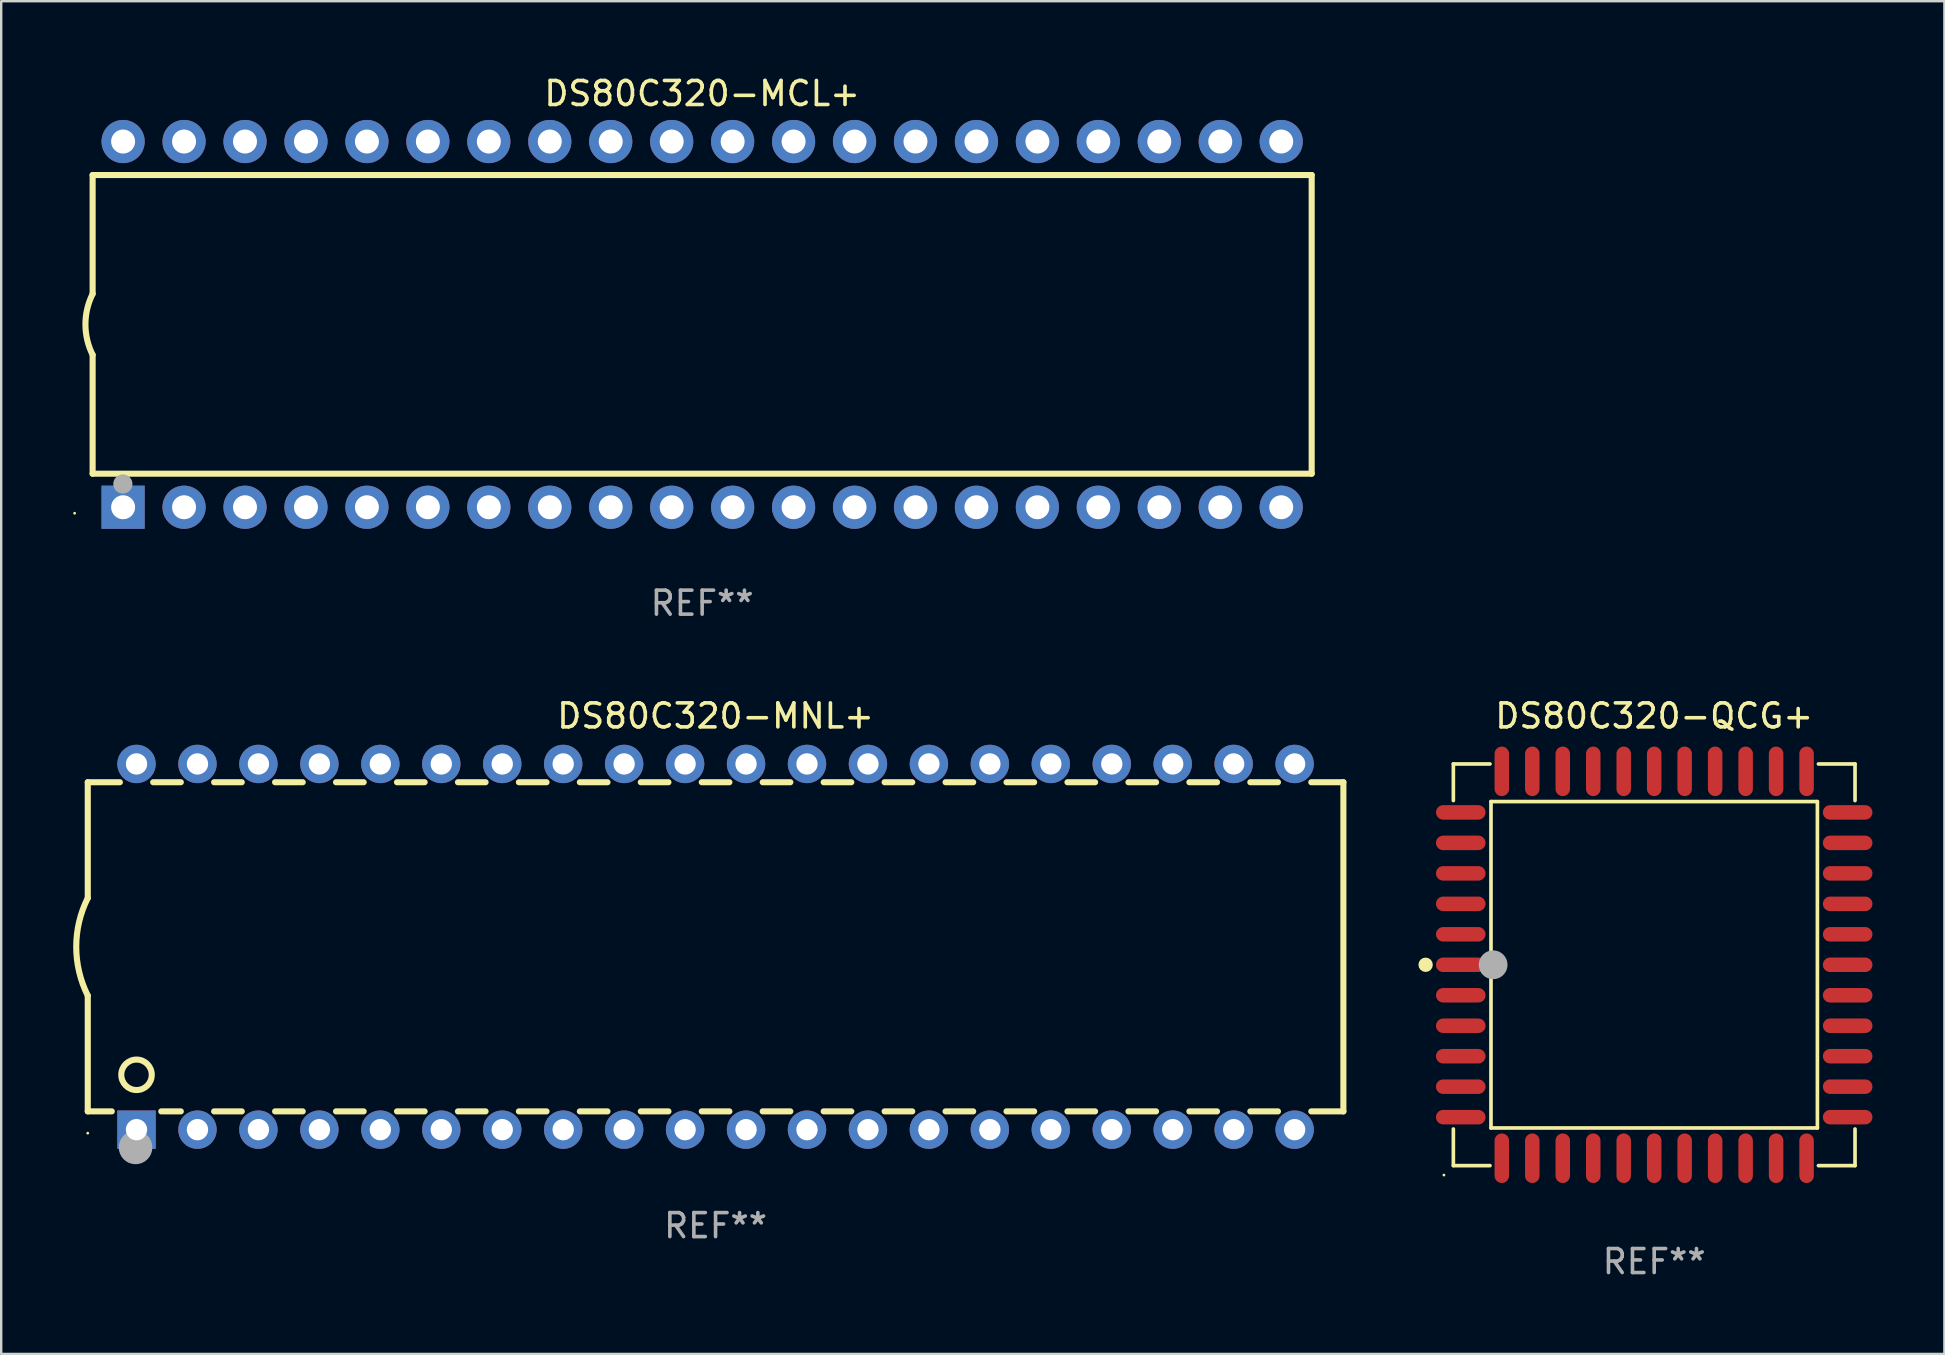
<source format=kicad_pcb>
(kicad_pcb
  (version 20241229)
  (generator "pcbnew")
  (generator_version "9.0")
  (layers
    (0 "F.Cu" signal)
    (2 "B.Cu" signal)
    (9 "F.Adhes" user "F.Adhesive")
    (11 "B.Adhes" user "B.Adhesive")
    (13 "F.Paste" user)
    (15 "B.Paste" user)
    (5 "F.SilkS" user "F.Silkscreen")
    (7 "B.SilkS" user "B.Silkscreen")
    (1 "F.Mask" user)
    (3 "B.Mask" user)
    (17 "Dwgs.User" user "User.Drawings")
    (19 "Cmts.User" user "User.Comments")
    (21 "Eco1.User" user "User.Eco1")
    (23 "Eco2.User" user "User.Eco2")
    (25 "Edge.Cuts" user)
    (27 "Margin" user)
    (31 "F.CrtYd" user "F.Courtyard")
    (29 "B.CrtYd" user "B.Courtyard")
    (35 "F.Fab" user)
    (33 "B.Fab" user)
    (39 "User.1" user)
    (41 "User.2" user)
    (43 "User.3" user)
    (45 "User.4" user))
  (footprint "DS80C320-MCL+"
    (layer "F.Cu")
    (at 26.21 10.468)
    (property "Reference" "DS80C320-MCL+" (at 0 -9.62 0) (layer "F.SilkS") (effects (font (size 1 1) (thickness 0.15))))
    (attr through_hole)
    (fp_line (start -25.4 -6.224) (end -25.4 -1.271) (stroke (width 0.254) (type solid)) (layer "F.SilkS"))
    (fp_line (start -25.4 -6.224) (end 25.4 -6.224) (stroke (width 0.254) (type solid)) (layer "F.SilkS"))
    (fp_line (start -25.4 1.269) (end -25.4 6.222) (stroke (width 0.254) (type solid)) (layer "F.SilkS"))
    (fp_line (start -25.4 6.222) (end 25.4 6.222) (stroke (width 0.254) (type solid)) (layer "F.SilkS"))
    (fp_line (start 25.4 6.222) (end 25.4 -6.224) (stroke (width 0.254) (type solid)) (layer "F.SilkS"))
    (fp_arc (start -25.4 1.269241) (mid -25.699807 -0.000762) (end -25.4 -1.270765) (stroke (width 0.254001) (type solid)) (layer "F.SilkS"))
    (fp_circle (center -26.15 7.87) (end -26.12 7.87) (stroke (width 0.06) (type solid)) (fill no) (layer "F.SilkS"))
    (fp_circle (center -24.14 6.65) (end -23.94 6.65) (stroke (width 0.4) (type solid)) (fill no) (layer "F.Fab"))
    (fp_text user "REF**" (at 0 11.62 0) (layer "F.Fab") (effects (font (size 1 1) (thickness 0.15))))
    (pad "1" thru_hole rect (at -24.13 7.62 90) (size 1.8 1.8) (drill 1) (layers "*.Cu" "*.Mask"))
    (pad "2" thru_hole circle (at -21.59 7.62) (size 1.8 1.8) (drill 1) (layers "*.Cu" "*.Mask"))
    (pad "3" thru_hole circle (at -19.05 7.62) (size 1.8 1.8) (drill 1) (layers "*.Cu" "*.Mask"))
    (pad "4" thru_hole circle (at -16.51 7.62) (size 1.8 1.8) (drill 1) (layers "*.Cu" "*.Mask"))
    (pad "5" thru_hole circle (at -13.97 7.62) (size 1.8 1.8) (drill 1) (layers "*.Cu" "*.Mask"))
    (pad "6" thru_hole circle (at -11.43 7.62) (size 1.8 1.8) (drill 1) (layers "*.Cu" "*.Mask"))
    (pad "7" thru_hole circle (at -8.89 7.62) (size 1.8 1.8) (drill 1) (layers "*.Cu" "*.Mask"))
    (pad "8" thru_hole circle (at -6.35 7.62) (size 1.8 1.8) (drill 1) (layers "*.Cu" "*.Mask"))
    (pad "9" thru_hole circle (at -3.81 7.62) (size 1.8 1.8) (drill 1) (layers "*.Cu" "*.Mask"))
    (pad "10" thru_hole circle (at -1.27 7.62) (size 1.8 1.8) (drill 1) (layers "*.Cu" "*.Mask"))
    (pad "11" thru_hole circle (at 1.27 7.62) (size 1.8 1.8) (drill 1) (layers "*.Cu" "*.Mask"))
    (pad "12" thru_hole circle (at 3.81 7.62) (size 1.8 1.8) (drill 1) (layers "*.Cu" "*.Mask"))
    (pad "13" thru_hole circle (at 6.35 7.62) (size 1.8 1.8) (drill 1) (layers "*.Cu" "*.Mask"))
    (pad "14" thru_hole circle (at 8.89 7.62) (size 1.8 1.8) (drill 1) (layers "*.Cu" "*.Mask"))
    (pad "15" thru_hole circle (at 11.43 7.62) (size 1.8 1.8) (drill 1) (layers "*.Cu" "*.Mask"))
    (pad "16" thru_hole circle (at 13.97 7.62) (size 1.8 1.8) (drill 1) (layers "*.Cu" "*.Mask"))
    (pad "17" thru_hole circle (at 16.51 7.62) (size 1.8 1.8) (drill 1) (layers "*.Cu" "*.Mask"))
    (pad "18" thru_hole circle (at 19.05 7.62) (size 1.8 1.8) (drill 1) (layers "*.Cu" "*.Mask"))
    (pad "19" thru_hole circle (at 21.59 7.62) (size 1.8 1.8) (drill 1) (layers "*.Cu" "*.Mask"))
    (pad "20" thru_hole circle (at 24.13 7.62) (size 1.8 1.8) (drill 1) (layers "*.Cu" "*.Mask"))
    (pad "21" thru_hole circle (at 24.13 -7.62) (size 1.8 1.8) (drill 1) (layers "*.Cu" "*.Mask"))
    (pad "22" thru_hole circle (at 21.59 -7.62) (size 1.8 1.8) (drill 1) (layers "*.Cu" "*.Mask"))
    (pad "23" thru_hole circle (at 19.05 -7.62) (size 1.8 1.8) (drill 1) (layers "*.Cu" "*.Mask"))
    (pad "24" thru_hole circle (at 16.51 -7.62) (size 1.8 1.8) (drill 1) (layers "*.Cu" "*.Mask"))
    (pad "25" thru_hole circle (at 13.97 -7.62) (size 1.8 1.8) (drill 1) (layers "*.Cu" "*.Mask"))
    (pad "26" thru_hole circle (at 11.43 -7.62) (size 1.8 1.8) (drill 1) (layers "*.Cu" "*.Mask"))
    (pad "27" thru_hole circle (at 8.89 -7.62) (size 1.8 1.8) (drill 1) (layers "*.Cu" "*.Mask"))
    (pad "28" thru_hole circle (at 6.35 -7.62) (size 1.8 1.8) (drill 1) (layers "*.Cu" "*.Mask"))
    (pad "29" thru_hole circle (at 3.81 -7.62) (size 1.8 1.8) (drill 1) (layers "*.Cu" "*.Mask"))
    (pad "30" thru_hole circle (at 1.27 -7.62) (size 1.8 1.8) (drill 1) (layers "*.Cu" "*.Mask"))
    (pad "31" thru_hole circle (at -1.27 -7.62) (size 1.8 1.8) (drill 1) (layers "*.Cu" "*.Mask"))
    (pad "32" thru_hole circle (at -3.81 -7.62) (size 1.8 1.8) (drill 1) (layers "*.Cu" "*.Mask"))
    (pad "33" thru_hole circle (at -6.35 -7.62) (size 1.8 1.8) (drill 1) (layers "*.Cu" "*.Mask"))
    (pad "34" thru_hole circle (at -8.89 -7.62) (size 1.8 1.8) (drill 1) (layers "*.Cu" "*.Mask"))
    (pad "35" thru_hole circle (at -11.43 -7.62) (size 1.8 1.8) (drill 1) (layers "*.Cu" "*.Mask"))
    (pad "36" thru_hole circle (at -13.97 -7.62) (size 1.8 1.8) (drill 1) (layers "*.Cu" "*.Mask"))
    (pad "37" thru_hole circle (at -16.51 -7.62) (size 1.8 1.8) (drill 1) (layers "*.Cu" "*.Mask"))
    (pad "38" thru_hole circle (at -19.05 -7.62) (size 1.8 1.8) (drill 1) (layers "*.Cu" "*.Mask"))
    (pad "39" thru_hole circle (at -21.59 -7.62) (size 1.8 1.8) (drill 1) (layers "*.Cu" "*.Mask"))
    (pad "40" thru_hole circle (at -24.13 -7.62) (size 1.8 1.8) (drill 1) (layers "*.Cu" "*.Mask")))
  (footprint "DS80C320-MNL+"
    (layer "F.Cu")
    (at 26.769 36.405)
    (property "Reference" "DS80C320-MNL+" (at 0 -9.62 0) (layer "F.SilkS") (effects (font (size 1 1) (thickness 0.15))))
    (attr through_hole)
    (fp_line (start -26.162 -6.858) (end -26.162 -2.032) (stroke (width 0.254) (type solid)) (layer "F.SilkS"))
    (fp_line (start -26.162 6.858) (end -26.162 2.032) (stroke (width 0.254) (type solid)) (layer "F.SilkS"))
    (fp_line (start -26.162 6.858) (end -25.161 6.858) (stroke (width 0.254) (type solid)) (layer "F.SilkS"))
    (fp_line (start -24.824 -6.858) (end -26.162 -6.858) (stroke (width 0.254) (type solid)) (layer "F.SilkS"))
    (fp_line (start -23.099 6.858) (end -22.284 6.858) (stroke (width 0.254) (type solid)) (layer "F.SilkS"))
    (fp_line (start -22.284 -6.858) (end -23.436 -6.858) (stroke (width 0.254) (type solid)) (layer "F.SilkS"))
    (fp_line (start -20.896 6.858) (end -19.744 6.858) (stroke (width 0.254) (type solid)) (layer "F.SilkS"))
    (fp_line (start -19.744 -6.858) (end -20.896 -6.858) (stroke (width 0.254) (type solid)) (layer "F.SilkS"))
    (fp_line (start -18.356 6.858) (end -17.204 6.858) (stroke (width 0.254) (type solid)) (layer "F.SilkS"))
    (fp_line (start -17.204 -6.858) (end -18.356 -6.858) (stroke (width 0.254) (type solid)) (layer "F.SilkS"))
    (fp_line (start -15.816 6.858) (end -14.664 6.858) (stroke (width 0.254) (type solid)) (layer "F.SilkS"))
    (fp_line (start -14.664 -6.858) (end -15.816 -6.858) (stroke (width 0.254) (type solid)) (layer "F.SilkS"))
    (fp_line (start -13.276 6.858) (end -12.124 6.858) (stroke (width 0.254) (type solid)) (layer "F.SilkS"))
    (fp_line (start -12.124 -6.858) (end -13.276 -6.858) (stroke (width 0.254) (type solid)) (layer "F.SilkS"))
    (fp_line (start -10.736 6.858) (end -9.584 6.858) (stroke (width 0.254) (type solid)) (layer "F.SilkS"))
    (fp_line (start -9.584 -6.858) (end -10.736 -6.858) (stroke (width 0.254) (type solid)) (layer "F.SilkS"))
    (fp_line (start -8.196 6.858) (end -7.044 6.858) (stroke (width 0.254) (type solid)) (layer "F.SilkS"))
    (fp_line (start -7.044 -6.858) (end -8.196 -6.858) (stroke (width 0.254) (type solid)) (layer "F.SilkS"))
    (fp_line (start -5.656 6.858) (end -4.504 6.858) (stroke (width 0.254) (type solid)) (layer "F.SilkS"))
    (fp_line (start -4.504 -6.858) (end -5.656 -6.858) (stroke (width 0.254) (type solid)) (layer "F.SilkS"))
    (fp_line (start -3.116 6.858) (end -1.964 6.858) (stroke (width 0.254) (type solid)) (layer "F.SilkS"))
    (fp_line (start -1.964 -6.858) (end -3.116 -6.858) (stroke (width 0.254) (type solid)) (layer "F.SilkS"))
    (fp_line (start -0.576 6.858) (end 0.576 6.858) (stroke (width 0.254) (type solid)) (layer "F.SilkS"))
    (fp_line (start 0.576 -6.858) (end -0.576 -6.858) (stroke (width 0.254) (type solid)) (layer "F.SilkS"))
    (fp_line (start 1.964 6.858) (end 3.116 6.858) (stroke (width 0.254) (type solid)) (layer "F.SilkS"))
    (fp_line (start 3.116 -6.858) (end 1.964 -6.858) (stroke (width 0.254) (type solid)) (layer "F.SilkS"))
    (fp_line (start 4.504 6.858) (end 5.656 6.858) (stroke (width 0.254) (type solid)) (layer "F.SilkS"))
    (fp_line (start 5.656 -6.858) (end 4.504 -6.858) (stroke (width 0.254) (type solid)) (layer "F.SilkS"))
    (fp_line (start 7.044 6.858) (end 8.196 6.858) (stroke (width 0.254) (type solid)) (layer "F.SilkS"))
    (fp_line (start 8.196 -6.858) (end 7.044 -6.858) (stroke (width 0.254) (type solid)) (layer "F.SilkS"))
    (fp_line (start 9.584 6.858) (end 10.736 6.858) (stroke (width 0.254) (type solid)) (layer "F.SilkS"))
    (fp_line (start 10.736 -6.858) (end 9.584 -6.858) (stroke (width 0.254) (type solid)) (layer "F.SilkS"))
    (fp_line (start 12.124 6.858) (end 13.276 6.858) (stroke (width 0.254) (type solid)) (layer "F.SilkS"))
    (fp_line (start 13.276 -6.858) (end 12.124 -6.858) (stroke (width 0.254) (type solid)) (layer "F.SilkS"))
    (fp_line (start 14.664 6.858) (end 15.816 6.858) (stroke (width 0.254) (type solid)) (layer "F.SilkS"))
    (fp_line (start 15.816 -6.858) (end 14.664 -6.858) (stroke (width 0.254) (type solid)) (layer "F.SilkS"))
    (fp_line (start 17.204 6.858) (end 18.356 6.858) (stroke (width 0.254) (type solid)) (layer "F.SilkS"))
    (fp_line (start 18.356 -6.858) (end 17.204 -6.858) (stroke (width 0.254) (type solid)) (layer "F.SilkS"))
    (fp_line (start 19.744 6.858) (end 20.896 6.858) (stroke (width 0.254) (type solid)) (layer "F.SilkS"))
    (fp_line (start 20.896 -6.858) (end 19.744 -6.858) (stroke (width 0.254) (type solid)) (layer "F.SilkS"))
    (fp_line (start 22.284 6.858) (end 23.436 6.858) (stroke (width 0.254) (type solid)) (layer "F.SilkS"))
    (fp_line (start 23.436 -6.858) (end 22.284 -6.858) (stroke (width 0.254) (type solid)) (layer "F.SilkS"))
    (fp_line (start 24.824 6.858) (end 26.162 6.858) (stroke (width 0.254) (type solid)) (layer "F.SilkS"))
    (fp_line (start 26.162 -6.858) (end 24.824 -6.858) (stroke (width 0.254) (type solid)) (layer "F.SilkS"))
    (fp_line (start 26.162 -6.858) (end 26.162 6.858) (stroke (width 0.254) (type solid)) (layer "F.SilkS"))
    (fp_arc (start -26.162052 2.032004) (mid -26.641743 0) (end -26.162052 -2.032004) (stroke (width 0.254001) (type solid)) (layer "F.SilkS"))
    (fp_circle (center -26.162 7.765) (end -26.132 7.765) (stroke (width 0.06) (type solid)) (fill no) (layer "F.SilkS"))
    (fp_circle (center -24.13 5.334) (end -23.495 5.334) (stroke (width 0.254) (type solid)) (fill no) (layer "F.SilkS"))
    (fp_circle (center -24.17 8.36) (end -23.82 8.36) (stroke (width 0.7) (type solid)) (fill no) (layer "F.Fab"))
    (fp_text user "REF**" (at 0 11.62 0) (layer "F.Fab") (effects (font (size 1 1) (thickness 0.15))))
    (pad "1" thru_hole rect (at -24.13 7.62) (size 1.6 1.6) (drill 0.889) (layers "*.Cu" "*.Mask"))
    (pad "2" thru_hole circle (at -21.59 7.62) (size 1.6 1.6) (drill 0.889) (layers "*.Cu" "*.Mask"))
    (pad "3" thru_hole circle (at -19.05 7.62) (size 1.6 1.6) (drill 0.889) (layers "*.Cu" "*.Mask"))
    (pad "4" thru_hole circle (at -16.51 7.62) (size 1.6 1.6) (drill 0.889) (layers "*.Cu" "*.Mask"))
    (pad "5" thru_hole circle (at -13.97 7.62) (size 1.6 1.6) (drill 0.889) (layers "*.Cu" "*.Mask"))
    (pad "6" thru_hole circle (at -11.43 7.62) (size 1.6 1.6) (drill 0.889) (layers "*.Cu" "*.Mask"))
    (pad "7" thru_hole circle (at -8.89 7.62) (size 1.6 1.6) (drill 0.889) (layers "*.Cu" "*.Mask"))
    (pad "8" thru_hole circle (at -6.35 7.62) (size 1.6 1.6) (drill 0.889) (layers "*.Cu" "*.Mask"))
    (pad "9" thru_hole circle (at -3.81 7.62) (size 1.6 1.6) (drill 0.889) (layers "*.Cu" "*.Mask"))
    (pad "10" thru_hole circle (at -1.27 7.62) (size 1.6 1.6) (drill 0.889) (layers "*.Cu" "*.Mask"))
    (pad "11" thru_hole circle (at 1.27 7.62) (size 1.6 1.6) (drill 0.889) (layers "*.Cu" "*.Mask"))
    (pad "12" thru_hole circle (at 3.81 7.62) (size 1.6 1.6) (drill 0.889) (layers "*.Cu" "*.Mask"))
    (pad "13" thru_hole circle (at 6.35 7.62) (size 1.6 1.6) (drill 0.889) (layers "*.Cu" "*.Mask"))
    (pad "14" thru_hole circle (at 8.89 7.62) (size 1.6 1.6) (drill 0.889) (layers "*.Cu" "*.Mask"))
    (pad "15" thru_hole circle (at 11.43 7.62) (size 1.6 1.6) (drill 0.889) (layers "*.Cu" "*.Mask"))
    (pad "16" thru_hole circle (at 13.97 7.62) (size 1.6 1.6) (drill 0.889) (layers "*.Cu" "*.Mask"))
    (pad "17" thru_hole circle (at 16.51 7.62) (size 1.6 1.6) (drill 0.889) (layers "*.Cu" "*.Mask"))
    (pad "18" thru_hole circle (at 19.05 7.62) (size 1.6 1.6) (drill 0.889) (layers "*.Cu" "*.Mask"))
    (pad "19" thru_hole circle (at 21.59 7.62) (size 1.6 1.6) (drill 0.889) (layers "*.Cu" "*.Mask"))
    (pad "20" thru_hole circle (at 24.13 7.62) (size 1.6 1.6) (drill 0.889) (layers "*.Cu" "*.Mask"))
    (pad "21" thru_hole circle (at 24.13 -7.62) (size 1.6 1.6) (drill 0.889) (layers "*.Cu" "*.Mask"))
    (pad "22" thru_hole circle (at 21.59 -7.62) (size 1.6 1.6) (drill 0.889) (layers "*.Cu" "*.Mask"))
    (pad "23" thru_hole circle (at 19.05 -7.62) (size 1.6 1.6) (drill 0.889) (layers "*.Cu" "*.Mask"))
    (pad "24" thru_hole circle (at 16.51 -7.62) (size 1.6 1.6) (drill 0.889) (layers "*.Cu" "*.Mask"))
    (pad "25" thru_hole circle (at 13.97 -7.62) (size 1.6 1.6) (drill 0.889) (layers "*.Cu" "*.Mask"))
    (pad "26" thru_hole circle (at 11.43 -7.62) (size 1.6 1.6) (drill 0.889) (layers "*.Cu" "*.Mask"))
    (pad "27" thru_hole circle (at 8.89 -7.62) (size 1.6 1.6) (drill 0.889) (layers "*.Cu" "*.Mask"))
    (pad "28" thru_hole circle (at 6.35 -7.62) (size 1.6 1.6) (drill 0.889) (layers "*.Cu" "*.Mask"))
    (pad "29" thru_hole circle (at 3.81 -7.62) (size 1.6 1.6) (drill 0.889) (layers "*.Cu" "*.Mask"))
    (pad "30" thru_hole circle (at 1.27 -7.62) (size 1.6 1.6) (drill 0.889) (layers "*.Cu" "*.Mask"))
    (pad "31" thru_hole circle (at -1.27 -7.62) (size 1.6 1.6) (drill 0.889) (layers "*.Cu" "*.Mask"))
    (pad "32" thru_hole circle (at -3.81 -7.62) (size 1.6 1.6) (drill 0.889) (layers "*.Cu" "*.Mask"))
    (pad "33" thru_hole circle (at -6.35 -7.62) (size 1.6 1.6) (drill 0.889) (layers "*.Cu" "*.Mask"))
    (pad "34" thru_hole circle (at -8.89 -7.62) (size 1.6 1.6) (drill 0.889) (layers "*.Cu" "*.Mask"))
    (pad "35" thru_hole circle (at -11.43 -7.62) (size 1.6 1.6) (drill 0.889) (layers "*.Cu" "*.Mask"))
    (pad "36" thru_hole circle (at -13.97 -7.62) (size 1.6 1.6) (drill 0.889) (layers "*.Cu" "*.Mask"))
    (pad "37" thru_hole circle (at -16.51 -7.62) (size 1.6 1.6) (drill 0.889) (layers "*.Cu" "*.Mask"))
    (pad "38" thru_hole circle (at -19.05 -7.62) (size 1.6 1.6) (drill 0.889) (layers "*.Cu" "*.Mask"))
    (pad "39" thru_hole circle (at -21.59 -7.62) (size 1.6 1.6) (drill 0.889) (layers "*.Cu" "*.Mask"))
    (pad "40" thru_hole circle (at -24.13 -7.62) (size 1.6 1.6) (drill 0.889) (layers "*.Cu" "*.Mask")))
  (footprint "DS80C320-QCG+"
    (layer "F.Cu")
    (at 65.883 37.154)
    (property "Reference" "DS80C320-QCG+" (at 0 -10.369 0) (layer "F.SilkS") (effects (font (size 1 1) (thickness 0.15))))
    (attr through_hole)
    (fp_line (start -8.369 -8.369) (end -6.843 -8.369) (stroke (width 0.152) (type solid)) (layer "F.SilkS"))
    (fp_line (start -8.369 -6.843) (end -8.369 -8.369) (stroke (width 0.152) (type solid)) (layer "F.SilkS"))
    (fp_line (start -8.369 6.843) (end -8.369 8.369) (stroke (width 0.152) (type solid)) (layer "F.SilkS"))
    (fp_line (start -8.369 8.369) (end -6.843 8.369) (stroke (width 0.152) (type solid)) (layer "F.SilkS"))
    (fp_line (start -6.801 -6.801) (end 6.801 -6.801) (stroke (width 0.152) (type solid)) (layer "F.SilkS"))
    (fp_line (start -6.801 6.801) (end -6.801 -6.801) (stroke (width 0.152) (type solid)) (layer "F.SilkS"))
    (fp_line (start 6.801 -6.801) (end 6.801 6.801) (stroke (width 0.152) (type solid)) (layer "F.SilkS"))
    (fp_line (start 6.801 6.801) (end -6.801 6.801) (stroke (width 0.152) (type solid)) (layer "F.SilkS"))
    (fp_line (start 8.369 -8.369) (end 6.843 -8.369) (stroke (width 0.152) (type solid)) (layer "F.SilkS"))
    (fp_line (start 8.369 -6.843) (end 8.369 -8.369) (stroke (width 0.152) (type solid)) (layer "F.SilkS"))
    (fp_line (start 8.369 6.843) (end 8.369 8.369) (stroke (width 0.152) (type solid)) (layer "F.SilkS"))
    (fp_line (start 8.369 8.369) (end 6.843 8.369) (stroke (width 0.152) (type solid)) (layer "F.SilkS"))
    (fp_circle (center -9.525 -0.000127) (end -9.375 -0.000127) (stroke (width 0.3) (type solid)) (fill no) (layer "F.SilkS"))
    (fp_circle (center -8.763 8.763) (end -8.733 8.763) (stroke (width 0.06) (type solid)) (fill no) (layer "F.SilkS"))
    (fp_circle (center -6.712 -0.000127) (end -6.412 -0.000127) (stroke (width 0.6) (type solid)) (fill no) (layer "F.Fab"))
    (fp_text user "REF**" (at 0 12.369 0) (layer "F.Fab") (effects (font (size 1 1) (thickness 0.15))))
    (pad "1" smd oval (at -8.061 -0.000127 90) (size 0.604 2.064) (layers "F.Cu" "F.Mask" "F.Paste"))
    (pad "2" smd oval (at -8.061 1.27 90) (size 0.604 2.064) (layers "F.Cu" "F.Mask" "F.Paste"))
    (pad "3" smd oval (at -8.061 2.54 90) (size 0.604 2.064) (layers "F.Cu" "F.Mask" "F.Paste"))
    (pad "4" smd oval (at -8.061 3.81 90) (size 0.604 2.064) (layers "F.Cu" "F.Mask" "F.Paste"))
    (pad "5" smd oval (at -8.061 5.08 90) (size 0.604 2.064) (layers "F.Cu" "F.Mask" "F.Paste"))
    (pad "6" smd oval (at -8.061 6.35 90) (size 0.604 2.064) (layers "F.Cu" "F.Mask" "F.Paste"))
    (pad "7" smd oval (at -6.35 8.061 90) (size 2.064 0.604) (layers "F.Cu" "F.Mask" "F.Paste"))
    (pad "8" smd oval (at -5.08 8.061 90) (size 2.064 0.604) (layers "F.Cu" "F.Mask" "F.Paste"))
    (pad "9" smd oval (at -3.81 8.061 90) (size 2.064 0.604) (layers "F.Cu" "F.Mask" "F.Paste"))
    (pad "10" smd oval (at -2.54 8.061 90) (size 2.064 0.604) (layers "F.Cu" "F.Mask" "F.Paste"))
    (pad "11" smd oval (at -1.27 8.061 90) (size 2.064 0.604) (layers "F.Cu" "F.Mask" "F.Paste"))
    (pad "12" smd oval (at 0.000076 8.061 90) (size 2.064 0.604) (layers "F.Cu" "F.Mask" "F.Paste"))
    (pad "13" smd oval (at 1.27 8.061 90) (size 2.064 0.604) (layers "F.Cu" "F.Mask" "F.Paste"))
    (pad "14" smd oval (at 2.54 8.061 90) (size 2.064 0.604) (layers "F.Cu" "F.Mask" "F.Paste"))
    (pad "15" smd oval (at 3.81 8.061 90) (size 2.064 0.604) (layers "F.Cu" "F.Mask" "F.Paste"))
    (pad "16" smd oval (at 5.08 8.061 90) (size 2.064 0.604) (layers "F.Cu" "F.Mask" "F.Paste"))
    (pad "17" smd oval (at 6.35 8.061 90) (size 2.064 0.604) (layers "F.Cu" "F.Mask" "F.Paste"))
    (pad "18" smd oval (at 8.062 6.35 90) (size 0.604 2.064) (layers "F.Cu" "F.Mask" "F.Paste"))
    (pad "19" smd oval (at 8.062 5.08 90) (size 0.604 2.064) (layers "F.Cu" "F.Mask" "F.Paste"))
    (pad "20" smd oval (at 8.062 3.81 90) (size 0.604 2.064) (layers "F.Cu" "F.Mask" "F.Paste"))
    (pad "21" smd oval (at 8.062 2.54 90) (size 0.604 2.064) (layers "F.Cu" "F.Mask" "F.Paste"))
    (pad "22" smd oval (at 8.062 1.27 90) (size 0.604 2.064) (layers "F.Cu" "F.Mask" "F.Paste"))
    (pad "23" smd oval (at 8.062 -0.000127 90) (size 0.604 2.064) (layers "F.Cu" "F.Mask" "F.Paste"))
    (pad "24" smd oval (at 8.062 -1.27 90) (size 0.604 2.064) (layers "F.Cu" "F.Mask" "F.Paste"))
    (pad "25" smd oval (at 8.062 -2.54 90) (size 0.604 2.064) (layers "F.Cu" "F.Mask" "F.Paste"))
    (pad "26" smd oval (at 8.062 -3.81 90) (size 0.604 2.064) (layers "F.Cu" "F.Mask" "F.Paste"))
    (pad "27" smd oval (at 8.062 -5.08 90) (size 0.604 2.064) (layers "F.Cu" "F.Mask" "F.Paste"))
    (pad "28" smd oval (at 8.062 -6.35 90) (size 0.604 2.064) (layers "F.Cu" "F.Mask" "F.Paste"))
    (pad "29" smd oval (at 6.35 -8.061 90) (size 2.064 0.604) (layers "F.Cu" "F.Mask" "F.Paste"))
    (pad "30" smd oval (at 5.08 -8.061 90) (size 2.064 0.604) (layers "F.Cu" "F.Mask" "F.Paste"))
    (pad "31" smd oval (at 3.81 -8.061 90) (size 2.064 0.604) (layers "F.Cu" "F.Mask" "F.Paste"))
    (pad "32" smd oval (at 2.54 -8.061 90) (size 2.064 0.604) (layers "F.Cu" "F.Mask" "F.Paste"))
    (pad "33" smd oval (at 1.27 -8.061 90) (size 2.064 0.604) (layers "F.Cu" "F.Mask" "F.Paste"))
    (pad "34" smd oval (at 0.000076 -8.061 90) (size 2.064 0.604) (layers "F.Cu" "F.Mask" "F.Paste"))
    (pad "35" smd oval (at -1.27 -8.061 90) (size 2.064 0.604) (layers "F.Cu" "F.Mask" "F.Paste"))
    (pad "36" smd oval (at -2.54 -8.061 90) (size 2.064 0.604) (layers "F.Cu" "F.Mask" "F.Paste"))
    (pad "37" smd oval (at -3.81 -8.061 90) (size 2.064 0.604) (layers "F.Cu" "F.Mask" "F.Paste"))
    (pad "38" smd oval (at -5.08 -8.061 90) (size 2.064 0.604) (layers "F.Cu" "F.Mask" "F.Paste"))
    (pad "39" smd oval (at -6.35 -8.061 90) (size 2.064 0.604) (layers "F.Cu" "F.Mask" "F.Paste"))
    (pad "40" smd oval (at -8.061 -6.35 90) (size 0.604 2.064) (layers "F.Cu" "F.Mask" "F.Paste"))
    (pad "41" smd oval (at -8.061 -5.08 90) (size 0.604 2.064) (layers "F.Cu" "F.Mask" "F.Paste"))
    (pad "42" smd oval (at -8.061 -3.81 90) (size 0.604 2.064) (layers "F.Cu" "F.Mask" "F.Paste"))
    (pad "43" smd oval (at -8.061 -2.54 90) (size 0.604 2.064) (layers "F.Cu" "F.Mask" "F.Paste"))
    (pad "44" smd oval (at -8.061 -1.27 90) (size 0.604 2.064) (layers "F.Cu" "F.Mask" "F.Paste")))
  (gr_rect
    (start -3 -3)
    (end 77.976 53.372)
    (stroke (width 0.1) (type default))
    (fill no)
    (layer "Edge.Cuts")))
</source>
